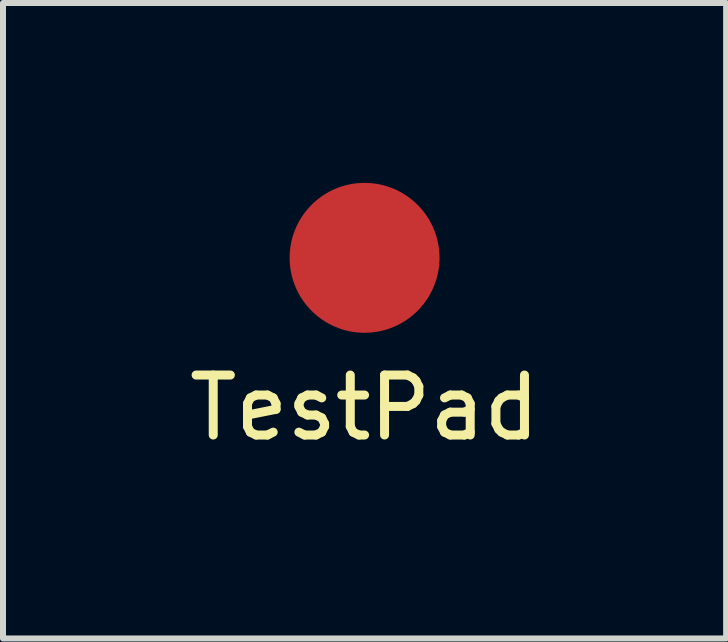
<source format=kicad_pcb>
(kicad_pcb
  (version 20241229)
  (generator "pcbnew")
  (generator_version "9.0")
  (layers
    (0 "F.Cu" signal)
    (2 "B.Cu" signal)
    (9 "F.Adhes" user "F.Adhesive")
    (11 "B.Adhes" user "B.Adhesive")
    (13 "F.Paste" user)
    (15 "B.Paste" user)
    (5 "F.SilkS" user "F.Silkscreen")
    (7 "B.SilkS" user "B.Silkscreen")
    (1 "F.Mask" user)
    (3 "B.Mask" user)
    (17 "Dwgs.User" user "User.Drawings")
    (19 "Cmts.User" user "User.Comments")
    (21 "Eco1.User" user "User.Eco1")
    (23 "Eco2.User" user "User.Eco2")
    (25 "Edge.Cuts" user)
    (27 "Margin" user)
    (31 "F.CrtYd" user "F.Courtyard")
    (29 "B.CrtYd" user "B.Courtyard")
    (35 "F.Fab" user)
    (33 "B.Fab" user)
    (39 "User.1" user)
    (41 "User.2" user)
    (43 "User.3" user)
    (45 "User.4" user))
  (footprint "TestPad"
    (layer "F.Cu")
    (at 3.03 1.25)
    (property "Reference" "TestPad" (at 0 2.5 0) (layer "F.SilkS") (effects (font (size 1 1) (thickness 0.15))))
    (attr through_hole)
    (pad "1" smd circle (at 0 0) (size 2.5 2.5) (layers "F.Cu" "F.Mask" "F.Paste")))
  (gr_rect
    (start -3 -3)
    (end 9.06 7.598)
    (stroke (width 0.1) (type default))
    (fill no)
    (layer "Edge.Cuts")))
</source>
